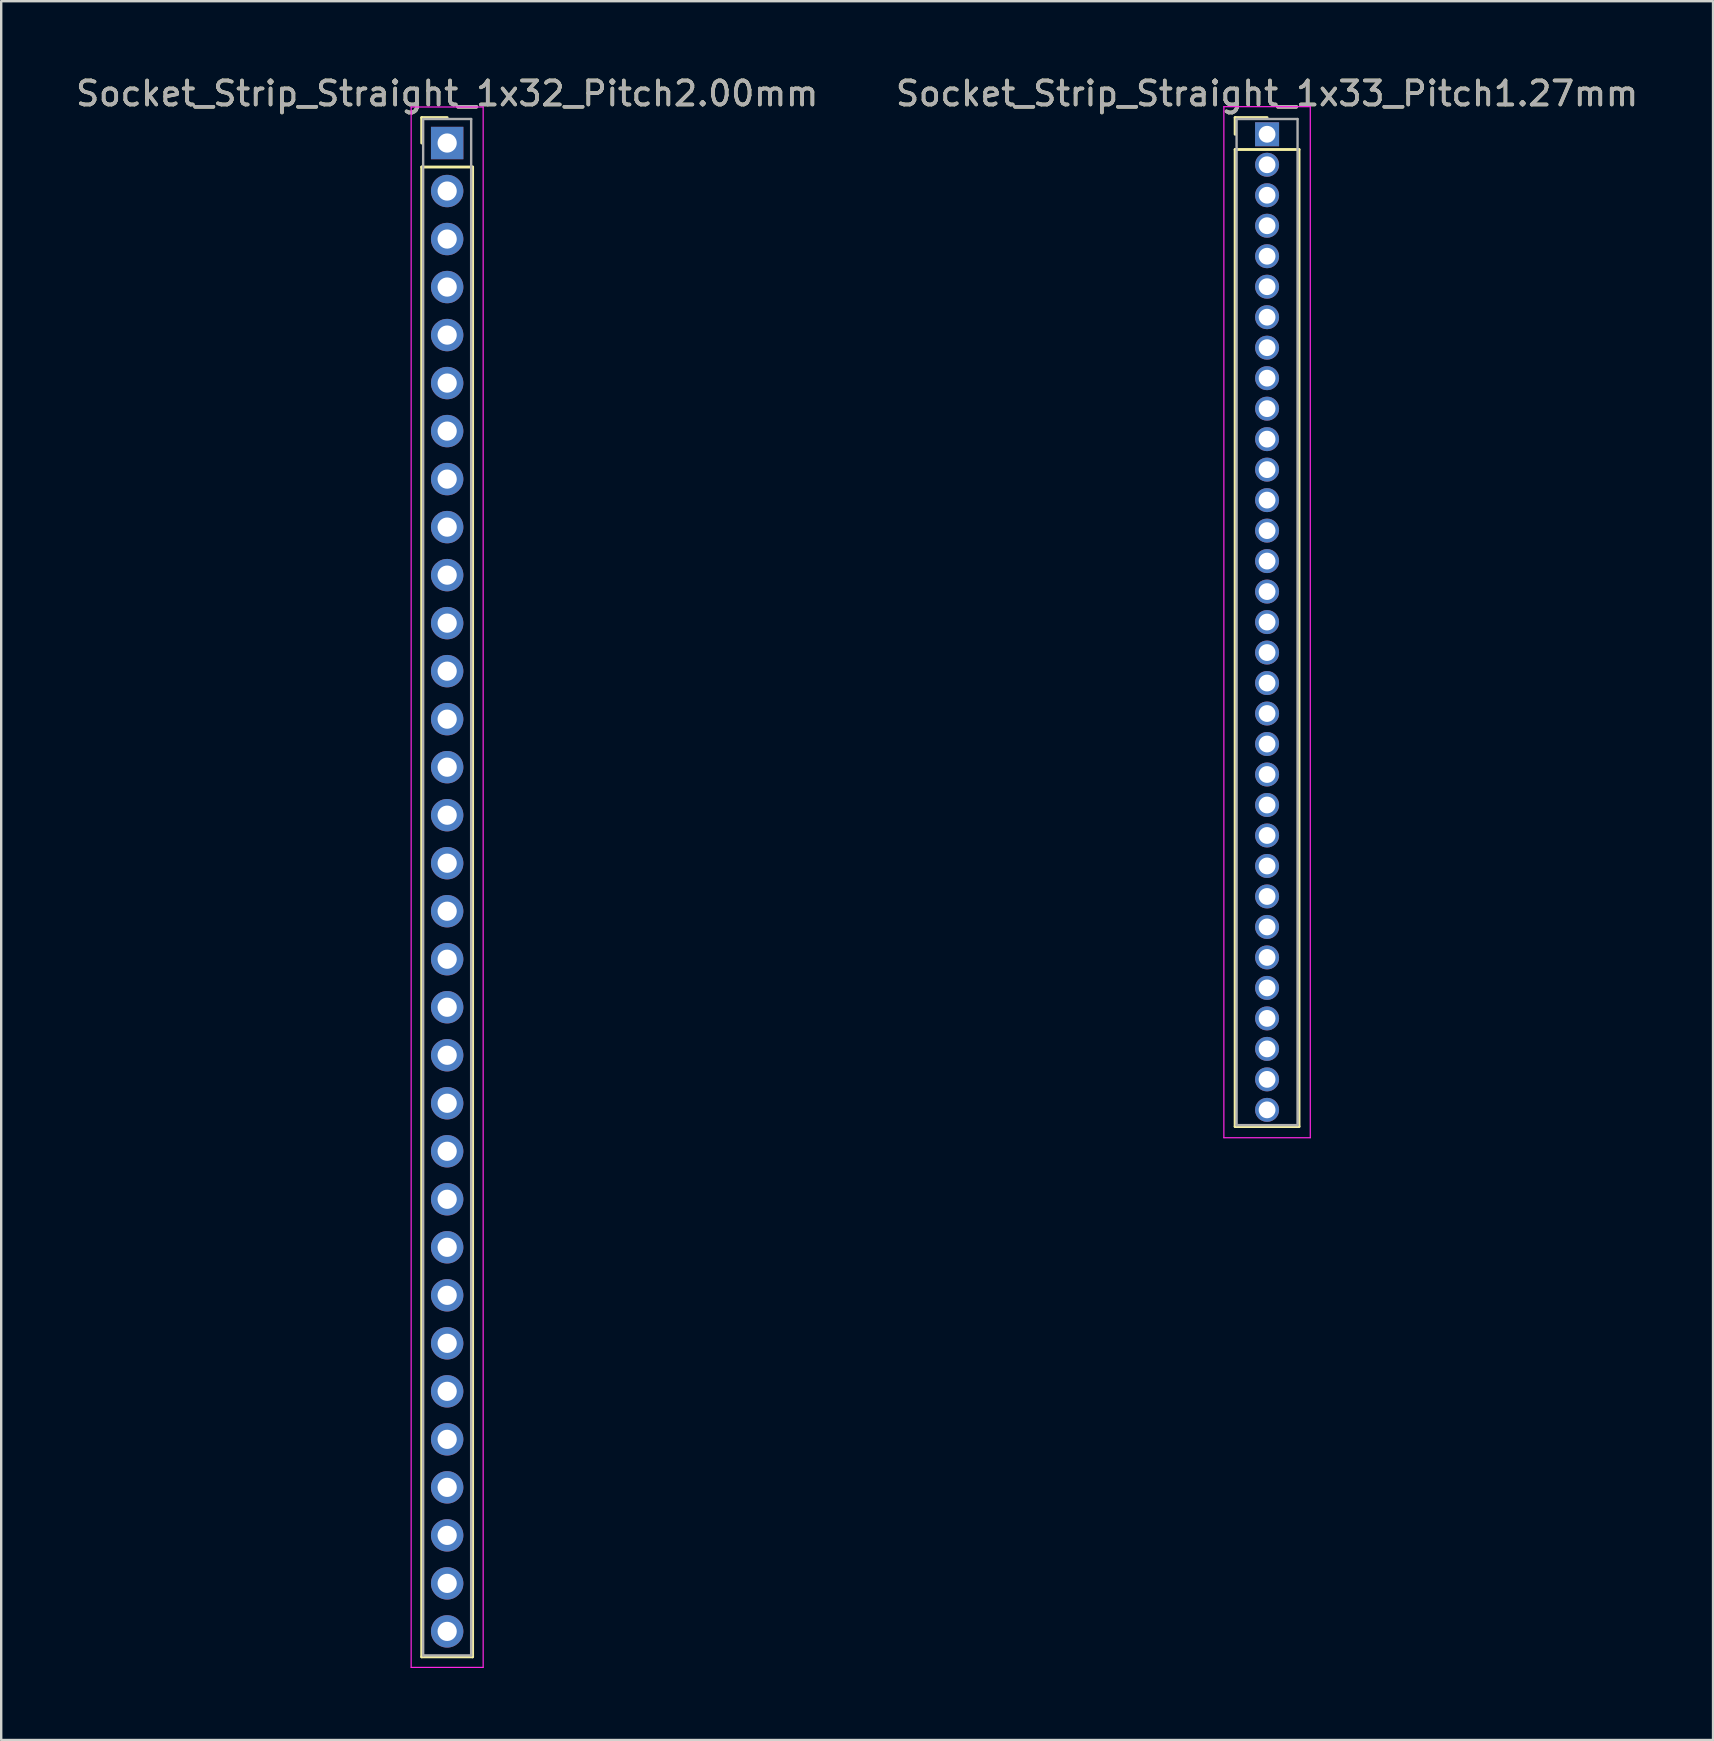
<source format=kicad_pcb>
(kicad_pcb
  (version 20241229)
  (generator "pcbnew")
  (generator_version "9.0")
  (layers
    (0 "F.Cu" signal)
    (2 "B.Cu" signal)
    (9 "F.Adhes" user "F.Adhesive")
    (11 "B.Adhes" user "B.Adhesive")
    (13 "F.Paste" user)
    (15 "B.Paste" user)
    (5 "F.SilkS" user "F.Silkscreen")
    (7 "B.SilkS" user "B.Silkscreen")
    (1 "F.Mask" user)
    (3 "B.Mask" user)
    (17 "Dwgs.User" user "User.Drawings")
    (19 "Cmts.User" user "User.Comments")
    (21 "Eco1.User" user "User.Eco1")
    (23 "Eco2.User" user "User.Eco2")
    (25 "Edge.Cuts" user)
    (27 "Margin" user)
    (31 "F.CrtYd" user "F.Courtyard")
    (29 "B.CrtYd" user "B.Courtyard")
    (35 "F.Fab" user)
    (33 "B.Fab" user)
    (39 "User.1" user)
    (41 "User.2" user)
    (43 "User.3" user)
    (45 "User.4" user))
  (footprint "Socket_Strip_Straight_1x32_Pitch2.00mm"
    (layer "F.Cu")
    (at 15.577 2.908)
    (property "Reference" "Socket_Strip_Straight_1x32_Pitch2.00mm" (at 0 -2.06 0) (layer "F.SilkS") (effects (font (size 1 1) (thickness 0.15))))
    (attr through_hole)
    (fp_line (start -1.06 -1.06) (end 0 -1.06) (stroke (width 0.12) (type solid)) (layer "F.SilkS"))
    (fp_line (start -1.06 0) (end -1.06 -1.06) (stroke (width 0.12) (type solid)) (layer "F.SilkS"))
    (fp_line (start -1.06 1) (end -1.06 63.06) (stroke (width 0.12) (type solid)) (layer "F.SilkS"))
    (fp_line (start -1.06 63.06) (end 1.06 63.06) (stroke (width 0.12) (type solid)) (layer "F.SilkS"))
    (fp_line (start 1.06 1) (end -1.06 1) (stroke (width 0.12) (type solid)) (layer "F.SilkS"))
    (fp_line (start 1.06 63.06) (end 1.06 1) (stroke (width 0.12) (type solid)) (layer "F.SilkS"))
    (fp_line (start -1.5 -1.5) (end -1.5 63.5) (stroke (width 0.05) (type solid)) (layer "F.CrtYd"))
    (fp_line (start -1.5 63.5) (end 1.5 63.5) (stroke (width 0.05) (type solid)) (layer "F.CrtYd"))
    (fp_line (start 1.5 -1.5) (end -1.5 -1.5) (stroke (width 0.05) (type solid)) (layer "F.CrtYd"))
    (fp_line (start 1.5 63.5) (end 1.5 -1.5) (stroke (width 0.05) (type solid)) (layer "F.CrtYd"))
    (fp_line (start -1 -1) (end -1 63) (stroke (width 0.1) (type solid)) (layer "F.Fab"))
    (fp_line (start -1 63) (end 1 63) (stroke (width 0.1) (type solid)) (layer "F.Fab"))
    (fp_line (start 1 -1) (end -1 -1) (stroke (width 0.1) (type solid)) (layer "F.Fab"))
    (fp_line (start 1 63) (end 1 -1) (stroke (width 0.1) (type solid)) (layer "F.Fab"))
    (fp_text user "${REFERENCE}" (at 0 -2.06 0) (layer "F.Fab") (effects (font (size 1 1) (thickness 0.15))))
    (pad "1" thru_hole rect (at 0 0) (size 1.35 1.35) (drill 0.8) (layers "*.Cu" "*.Mask"))
    (pad "2" thru_hole oval (at 0 2) (size 1.35 1.35) (drill 0.8) (layers "*.Cu" "*.Mask"))
    (pad "3" thru_hole oval (at 0 4) (size 1.35 1.35) (drill 0.8) (layers "*.Cu" "*.Mask"))
    (pad "4" thru_hole oval (at 0 6) (size 1.35 1.35) (drill 0.8) (layers "*.Cu" "*.Mask"))
    (pad "5" thru_hole oval (at 0 8) (size 1.35 1.35) (drill 0.8) (layers "*.Cu" "*.Mask"))
    (pad "6" thru_hole oval (at 0 10) (size 1.35 1.35) (drill 0.8) (layers "*.Cu" "*.Mask"))
    (pad "7" thru_hole oval (at 0 12) (size 1.35 1.35) (drill 0.8) (layers "*.Cu" "*.Mask"))
    (pad "8" thru_hole oval (at 0 14) (size 1.35 1.35) (drill 0.8) (layers "*.Cu" "*.Mask"))
    (pad "9" thru_hole oval (at 0 16) (size 1.35 1.35) (drill 0.8) (layers "*.Cu" "*.Mask"))
    (pad "10" thru_hole oval (at 0 18) (size 1.35 1.35) (drill 0.8) (layers "*.Cu" "*.Mask"))
    (pad "11" thru_hole oval (at 0 20) (size 1.35 1.35) (drill 0.8) (layers "*.Cu" "*.Mask"))
    (pad "12" thru_hole oval (at 0 22) (size 1.35 1.35) (drill 0.8) (layers "*.Cu" "*.Mask"))
    (pad "13" thru_hole oval (at 0 24) (size 1.35 1.35) (drill 0.8) (layers "*.Cu" "*.Mask"))
    (pad "14" thru_hole oval (at 0 26) (size 1.35 1.35) (drill 0.8) (layers "*.Cu" "*.Mask"))
    (pad "15" thru_hole oval (at 0 28) (size 1.35 1.35) (drill 0.8) (layers "*.Cu" "*.Mask"))
    (pad "16" thru_hole oval (at 0 30) (size 1.35 1.35) (drill 0.8) (layers "*.Cu" "*.Mask"))
    (pad "17" thru_hole oval (at 0 32) (size 1.35 1.35) (drill 0.8) (layers "*.Cu" "*.Mask"))
    (pad "18" thru_hole oval (at 0 34) (size 1.35 1.35) (drill 0.8) (layers "*.Cu" "*.Mask"))
    (pad "19" thru_hole oval (at 0 36) (size 1.35 1.35) (drill 0.8) (layers "*.Cu" "*.Mask"))
    (pad "20" thru_hole oval (at 0 38) (size 1.35 1.35) (drill 0.8) (layers "*.Cu" "*.Mask"))
    (pad "21" thru_hole oval (at 0 40) (size 1.35 1.35) (drill 0.8) (layers "*.Cu" "*.Mask"))
    (pad "22" thru_hole oval (at 0 42) (size 1.35 1.35) (drill 0.8) (layers "*.Cu" "*.Mask"))
    (pad "23" thru_hole oval (at 0 44) (size 1.35 1.35) (drill 0.8) (layers "*.Cu" "*.Mask"))
    (pad "24" thru_hole oval (at 0 46) (size 1.35 1.35) (drill 0.8) (layers "*.Cu" "*.Mask"))
    (pad "25" thru_hole oval (at 0 48) (size 1.35 1.35) (drill 0.8) (layers "*.Cu" "*.Mask"))
    (pad "26" thru_hole oval (at 0 50) (size 1.35 1.35) (drill 0.8) (layers "*.Cu" "*.Mask"))
    (pad "27" thru_hole oval (at 0 52) (size 1.35 1.35) (drill 0.8) (layers "*.Cu" "*.Mask"))
    (pad "28" thru_hole oval (at 0 54) (size 1.35 1.35) (drill 0.8) (layers "*.Cu" "*.Mask"))
    (pad "29" thru_hole oval (at 0 56) (size 1.35 1.35) (drill 0.8) (layers "*.Cu" "*.Mask"))
    (pad "30" thru_hole oval (at 0 58) (size 1.35 1.35) (drill 0.8) (layers "*.Cu" "*.Mask"))
    (pad "31" thru_hole oval (at 0 60) (size 1.35 1.35) (drill 0.8) (layers "*.Cu" "*.Mask"))
    (pad "32" thru_hole oval (at 0 62) (size 1.35 1.35) (drill 0.8) (layers "*.Cu" "*.Mask")))
  (footprint "Socket_Strip_Straight_1x33_Pitch1.27mm"
    (layer "F.Cu")
    (at 49.732 2.543)
    (property "Reference" "Socket_Strip_Straight_1x33_Pitch1.27mm" (at 0 -1.695 0) (layer "F.SilkS") (effects (font (size 1 1) (thickness 0.15))))
    (attr through_hole)
    (fp_line (start -1.33 -0.695) (end 0 -0.695) (stroke (width 0.12) (type solid)) (layer "F.SilkS"))
    (fp_line (start -1.33 0) (end -1.33 -0.695) (stroke (width 0.12) (type solid)) (layer "F.SilkS"))
    (fp_line (start -1.33 0.635) (end -1.33 41.335) (stroke (width 0.12) (type solid)) (layer "F.SilkS"))
    (fp_line (start -1.33 41.335) (end 1.33 41.335) (stroke (width 0.12) (type solid)) (layer "F.SilkS"))
    (fp_line (start 1.33 0.635) (end -1.33 0.635) (stroke (width 0.12) (type solid)) (layer "F.SilkS"))
    (fp_line (start 1.33 41.335) (end 1.33 0.635) (stroke (width 0.12) (type solid)) (layer "F.SilkS"))
    (fp_line (start -1.8 -1.15) (end -1.8 41.8) (stroke (width 0.05) (type solid)) (layer "F.CrtYd"))
    (fp_line (start -1.8 41.8) (end 1.8 41.8) (stroke (width 0.05) (type solid)) (layer "F.CrtYd"))
    (fp_line (start 1.8 -1.15) (end -1.8 -1.15) (stroke (width 0.05) (type solid)) (layer "F.CrtYd"))
    (fp_line (start 1.8 41.8) (end 1.8 -1.15) (stroke (width 0.05) (type solid)) (layer "F.CrtYd"))
    (fp_line (start -1.27 -0.635) (end -1.27 41.275) (stroke (width 0.1) (type solid)) (layer "F.Fab"))
    (fp_line (start -1.27 41.275) (end 1.27 41.275) (stroke (width 0.1) (type solid)) (layer "F.Fab"))
    (fp_line (start 1.27 -0.635) (end -1.27 -0.635) (stroke (width 0.1) (type solid)) (layer "F.Fab"))
    (fp_line (start 1.27 41.275) (end 1.27 -0.635) (stroke (width 0.1) (type solid)) (layer "F.Fab"))
    (fp_text user "${REFERENCE}" (at 0 -1.695 0) (layer "F.Fab") (effects (font (size 1 1) (thickness 0.15))))
    (pad "1" thru_hole rect (at 0 0) (size 1 1) (drill 0.7) (layers "*.Cu" "*.Mask"))
    (pad "2" thru_hole oval (at 0 1.27) (size 1 1) (drill 0.7) (layers "*.Cu" "*.Mask"))
    (pad "3" thru_hole oval (at 0 2.54) (size 1 1) (drill 0.7) (layers "*.Cu" "*.Mask"))
    (pad "4" thru_hole oval (at 0 3.81) (size 1 1) (drill 0.7) (layers "*.Cu" "*.Mask"))
    (pad "5" thru_hole oval (at 0 5.08) (size 1 1) (drill 0.7) (layers "*.Cu" "*.Mask"))
    (pad "6" thru_hole oval (at 0 6.35) (size 1 1) (drill 0.7) (layers "*.Cu" "*.Mask"))
    (pad "7" thru_hole oval (at 0 7.62) (size 1 1) (drill 0.7) (layers "*.Cu" "*.Mask"))
    (pad "8" thru_hole oval (at 0 8.89) (size 1 1) (drill 0.7) (layers "*.Cu" "*.Mask"))
    (pad "9" thru_hole oval (at 0 10.16) (size 1 1) (drill 0.7) (layers "*.Cu" "*.Mask"))
    (pad "10" thru_hole oval (at 0 11.43) (size 1 1) (drill 0.7) (layers "*.Cu" "*.Mask"))
    (pad "11" thru_hole oval (at 0 12.7) (size 1 1) (drill 0.7) (layers "*.Cu" "*.Mask"))
    (pad "12" thru_hole oval (at 0 13.97) (size 1 1) (drill 0.7) (layers "*.Cu" "*.Mask"))
    (pad "13" thru_hole oval (at 0 15.24) (size 1 1) (drill 0.7) (layers "*.Cu" "*.Mask"))
    (pad "14" thru_hole oval (at 0 16.51) (size 1 1) (drill 0.7) (layers "*.Cu" "*.Mask"))
    (pad "15" thru_hole oval (at 0 17.78) (size 1 1) (drill 0.7) (layers "*.Cu" "*.Mask"))
    (pad "16" thru_hole oval (at 0 19.05) (size 1 1) (drill 0.7) (layers "*.Cu" "*.Mask"))
    (pad "17" thru_hole oval (at 0 20.32) (size 1 1) (drill 0.7) (layers "*.Cu" "*.Mask"))
    (pad "18" thru_hole oval (at 0 21.59) (size 1 1) (drill 0.7) (layers "*.Cu" "*.Mask"))
    (pad "19" thru_hole oval (at 0 22.86) (size 1 1) (drill 0.7) (layers "*.Cu" "*.Mask"))
    (pad "20" thru_hole oval (at 0 24.13) (size 1 1) (drill 0.7) (layers "*.Cu" "*.Mask"))
    (pad "21" thru_hole oval (at 0 25.4) (size 1 1) (drill 0.7) (layers "*.Cu" "*.Mask"))
    (pad "22" thru_hole oval (at 0 26.67) (size 1 1) (drill 0.7) (layers "*.Cu" "*.Mask"))
    (pad "23" thru_hole oval (at 0 27.94) (size 1 1) (drill 0.7) (layers "*.Cu" "*.Mask"))
    (pad "24" thru_hole oval (at 0 29.21) (size 1 1) (drill 0.7) (layers "*.Cu" "*.Mask"))
    (pad "25" thru_hole oval (at 0 30.48) (size 1 1) (drill 0.7) (layers "*.Cu" "*.Mask"))
    (pad "26" thru_hole oval (at 0 31.75) (size 1 1) (drill 0.7) (layers "*.Cu" "*.Mask"))
    (pad "27" thru_hole oval (at 0 33.02) (size 1 1) (drill 0.7) (layers "*.Cu" "*.Mask"))
    (pad "28" thru_hole oval (at 0 34.29) (size 1 1) (drill 0.7) (layers "*.Cu" "*.Mask"))
    (pad "29" thru_hole oval (at 0 35.56) (size 1 1) (drill 0.7) (layers "*.Cu" "*.Mask"))
    (pad "30" thru_hole oval (at 0 36.83) (size 1 1) (drill 0.7) (layers "*.Cu" "*.Mask"))
    (pad "31" thru_hole oval (at 0 38.1) (size 1 1) (drill 0.7) (layers "*.Cu" "*.Mask"))
    (pad "32" thru_hole oval (at 0 39.37) (size 1 1) (drill 0.7) (layers "*.Cu" "*.Mask"))
    (pad "33" thru_hole oval (at 0 40.64) (size 1 1) (drill 0.7) (layers "*.Cu" "*.Mask")))
  (gr_rect
    (start -3 -3)
    (end 68.31 69.433)
    (stroke (width 0.1) (type default))
    (fill no)
    (layer "Edge.Cuts")))
</source>
